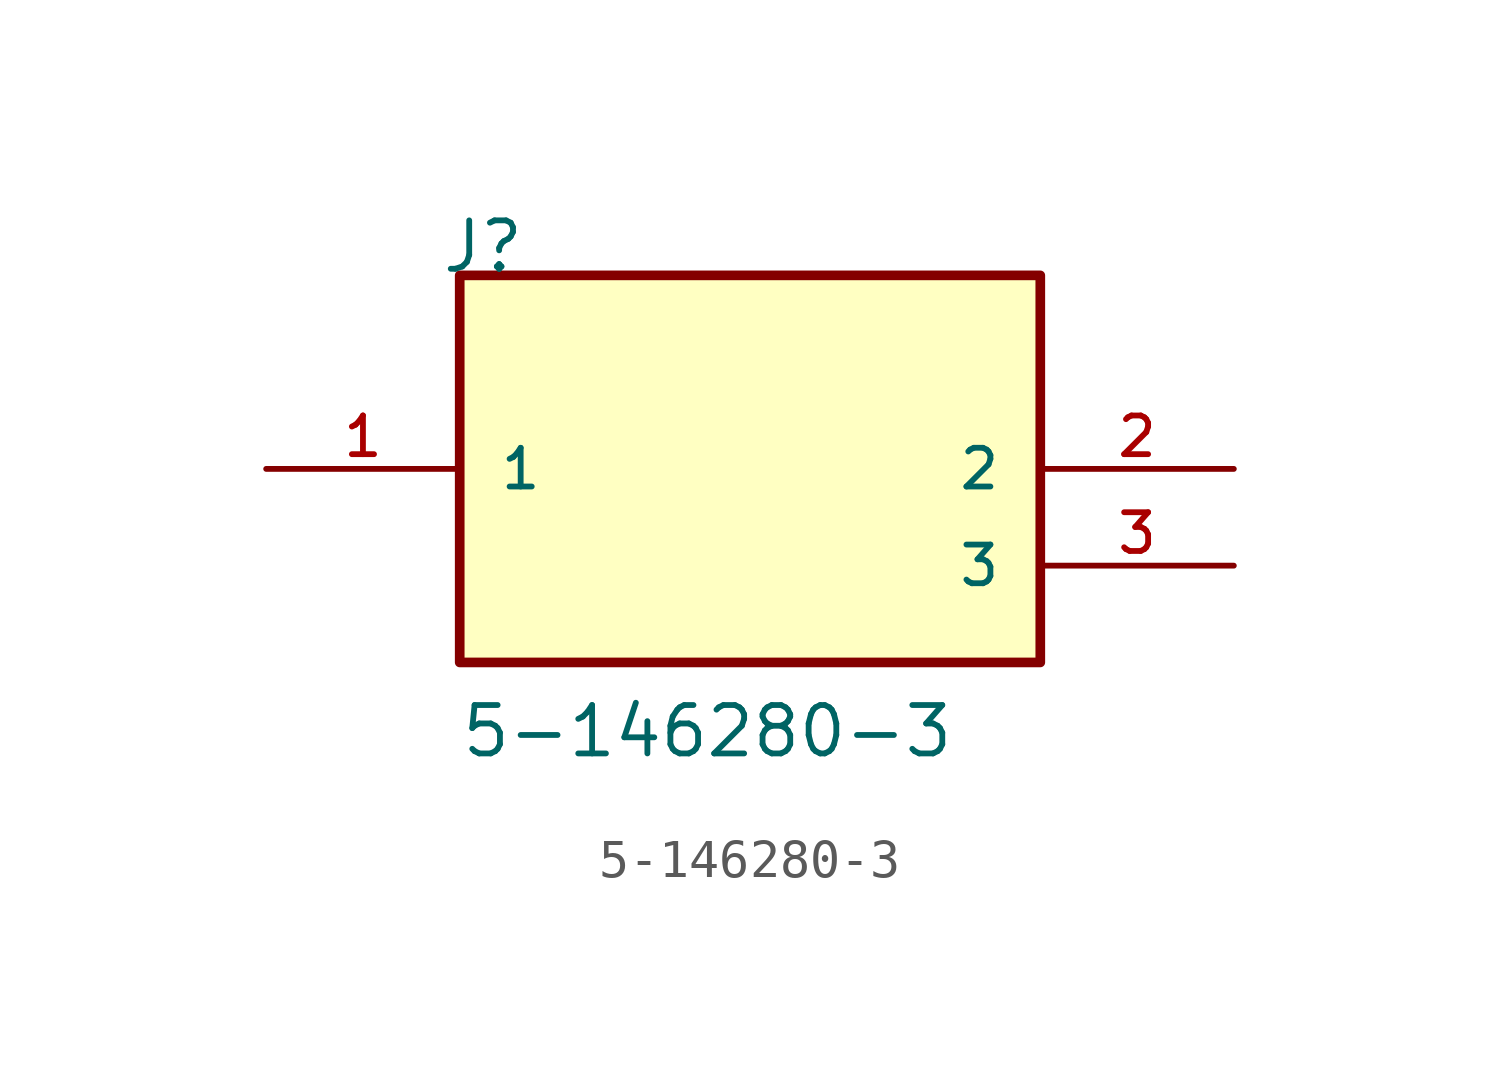
<source format=kicad_sym>
(kicad_symbol_lib
  (version 20211014)
  (generator kicad_symbol_editor)
  (symbol "5-146280-3"
    (pin_names
      (offset 1.016))
    (property "Reference" "J"
      (at -8.136 5.09 0)
      (effects (font (size 1.27 1.27)) (justify bottom left)))
    (property "Value" "5-146280-3"
      (at -7.632 -7.632 0)
      (effects (font (size 1.27 1.27)) (justify bottom left)))
    (symbol "5-146280-3_0_0"
      (rectangle (start -7.62 -5.08) (end 7.62 5.08) (stroke (width 0.254)) (fill (type background)))
      (pin passive line (at -12.7 0.0 0) (length 5.08) (name "1" (effects (font (size 1.016 1.016)))) (number "1" (effects (font (size 1.016 1.016)))))
      (pin passive line (at 12.7 0.0 180.0) (length 5.08) (name "2" (effects (font (size 1.016 1.016)))) (number "2" (effects (font (size 1.016 1.016)))))
      (pin passive line (at 12.7 -2.54 180.0) (length 5.08) (name "3" (effects (font (size 1.016 1.016)))) (number "3" (effects (font (size 1.016 1.016))))))))
</source>
